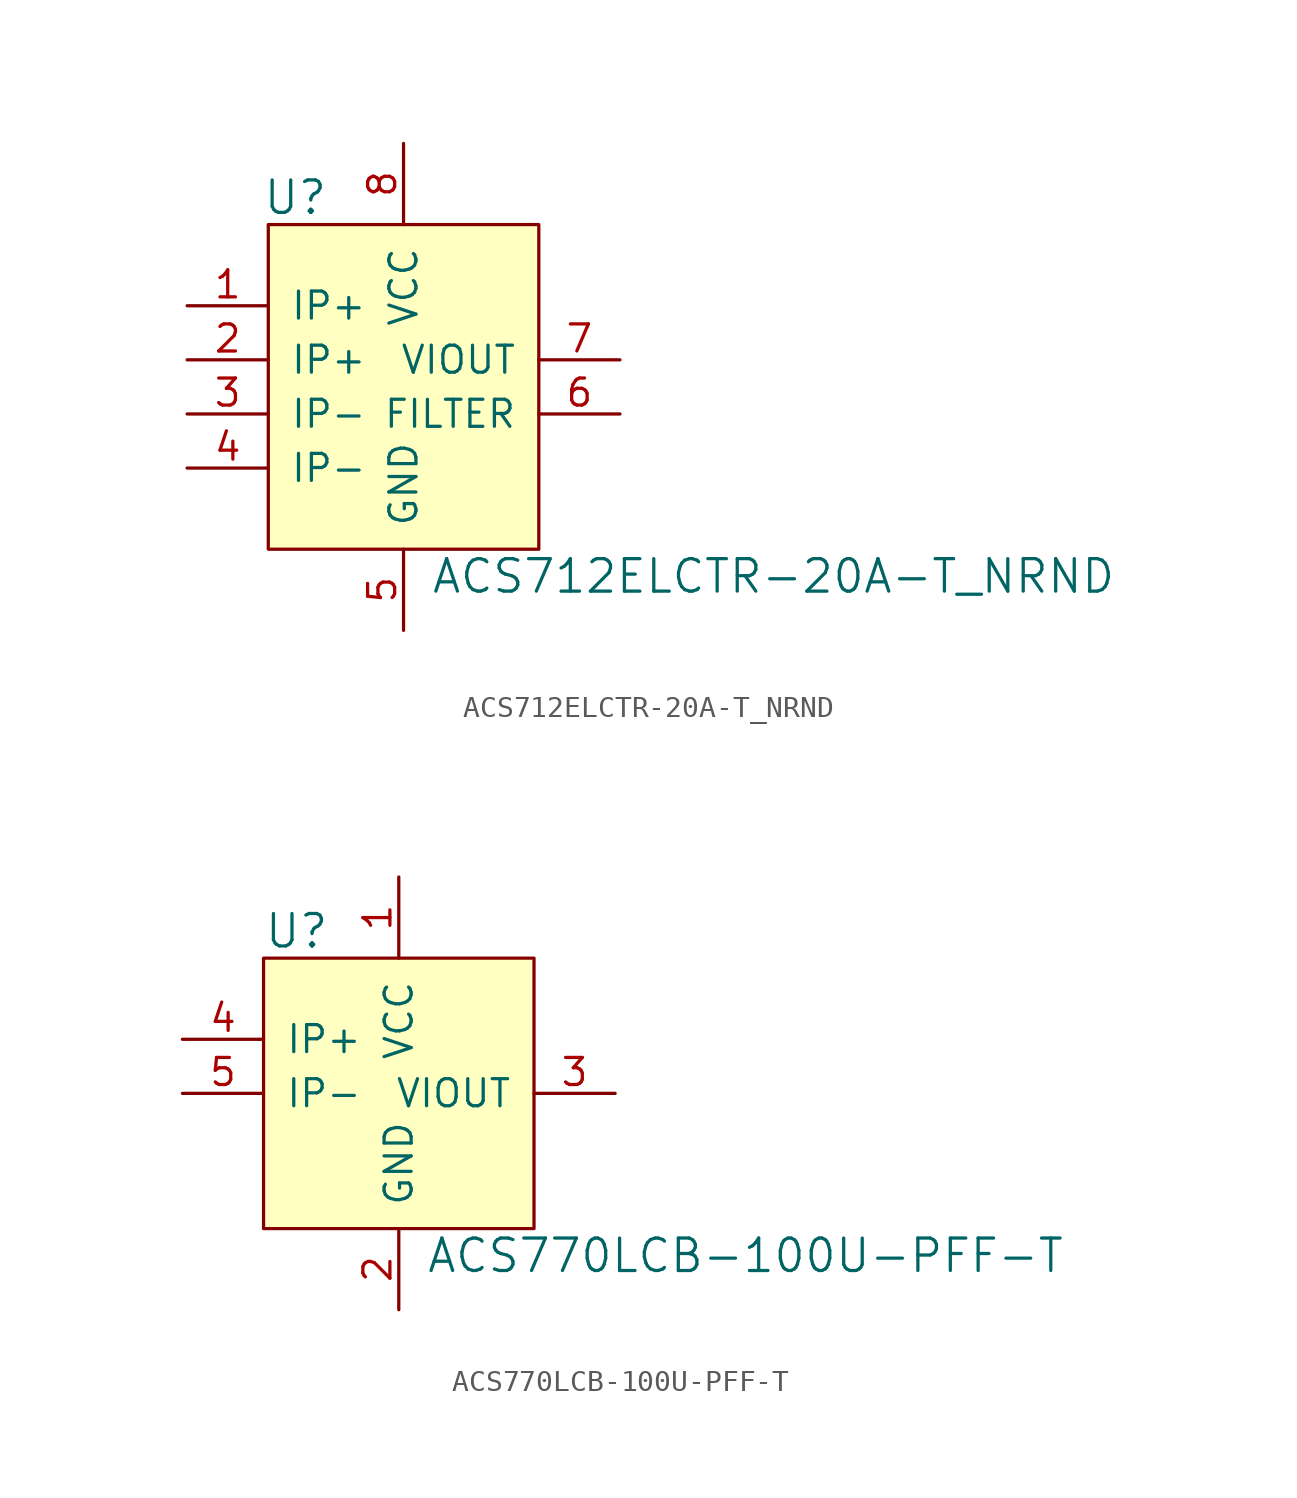
<source format=kicad_sym>
(kicad_symbol_lib
  (version 20201005)
  (generator kicad_symbol_editor)
  (symbol "ACS712ELCTR-20A-T_NRND"
    (pin_names
      (offset 1.016))
    (property "Reference" "U"
      (at -5.08 7.62 0)
      (effects (font (size 1.524 1.524))))
    (property "Value" "ACS712ELCTR-20A-T_NRND"
      (at 1.27 -10.16 0)
      (effects (font (size 1.524 1.524)) (justify left)))
    (symbol "ACS712ELCTR-20A-T_NRND_1_1"
      (rectangle (start -6.35 6.35) (end 6.35 -8.89) (stroke (width 0)) (fill (type background)))
      (pin input line (at -10.16 2.54 0) (length 3.81) (name "IP+" (effects (font (size 1.27 1.27)))) (number "1" (effects (font (size 1.27 1.27)))))
      (pin input line (at -10.16 0 0) (length 3.81) (name "IP+" (effects (font (size 1.27 1.27)))) (number "2" (effects (font (size 1.27 1.27)))))
      (pin input line (at -10.16 -2.54 0) (length 3.81) (name "IP-" (effects (font (size 1.27 1.27)))) (number "3" (effects (font (size 1.27 1.27)))))
      (pin input line (at -10.16 -5.08 0) (length 3.81) (name "IP-" (effects (font (size 1.27 1.27)))) (number "4" (effects (font (size 1.27 1.27)))))
      (pin power_in line (at 0 -12.7 90) (length 3.81) (name "GND" (effects (font (size 1.27 1.27)))) (number "5" (effects (font (size 1.27 1.27)))))
      (pin unspecified line (at 10.16 -2.54 180) (length 3.81) (name "FILTER" (effects (font (size 1.27 1.27)))) (number "6" (effects (font (size 1.27 1.27)))))
      (pin output line (at 10.16 0 180) (length 3.81) (name "VIOUT" (effects (font (size 1.27 1.27)))) (number "7" (effects (font (size 1.27 1.27)))))
      (pin power_in line (at 0 10.16 270) (length 3.81) (name "VCC" (effects (font (size 1.27 1.27)))) (number "8" (effects (font (size 1.27 1.27)))))))
  (symbol "ACS770LCB-100U-PFF-T"
    (pin_names
      (offset 1.016))
    (property "Reference" "U"
      (at -6.35 7.62 0)
      (effects (font (size 1.524 1.524)) (justify left)))
    (property "Value" "ACS770LCB-100U-PFF-T"
      (at 1.27 -7.62 0)
      (effects (font (size 1.524 1.524)) (justify left)))
    (symbol "ACS770LCB-100U-PFF-T_1_1"
      (rectangle (start -6.35 6.35) (end 6.35 -6.35) (stroke (width 0)) (fill (type background)))
      (pin power_in line (at 0 10.16 270) (length 3.81) (name "VCC" (effects (font (size 1.27 1.27)))) (number "1" (effects (font (size 1.27 1.27)))))
      (pin power_in line (at 0 -10.16 90) (length 3.81) (name "GND" (effects (font (size 1.27 1.27)))) (number "2" (effects (font (size 1.27 1.27)))))
      (pin output line (at 10.16 0 180) (length 3.81) (name "VIOUT" (effects (font (size 1.27 1.27)))) (number "3" (effects (font (size 1.27 1.27)))))
      (pin input line (at -10.16 2.54 0) (length 3.81) (name "IP+" (effects (font (size 1.27 1.27)))) (number "4" (effects (font (size 1.27 1.27)))))
      (pin input line (at -10.16 0 0) (length 3.81) (name "IP-" (effects (font (size 1.27 1.27)))) (number "5" (effects (font (size 1.27 1.27))))))))
</source>
